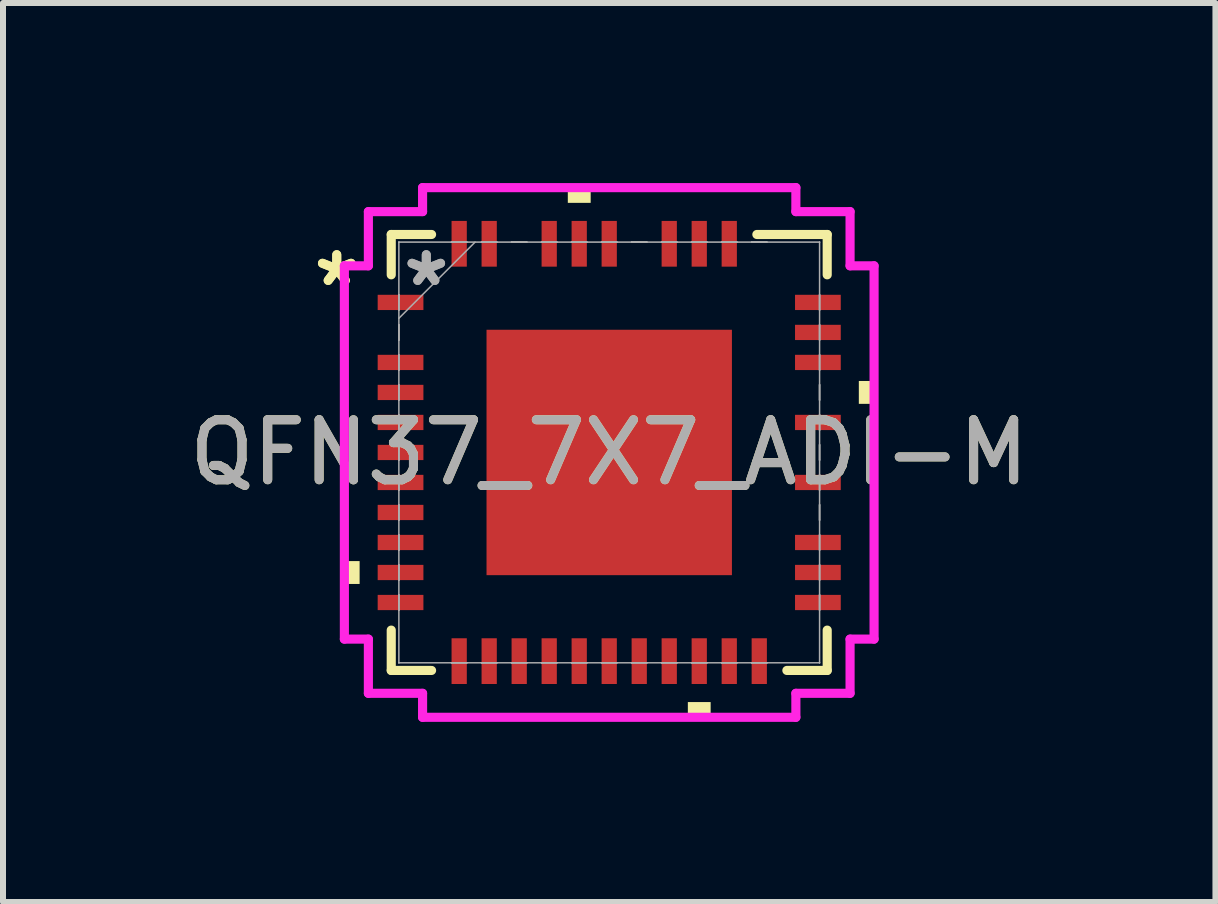
<source format=kicad_pcb>
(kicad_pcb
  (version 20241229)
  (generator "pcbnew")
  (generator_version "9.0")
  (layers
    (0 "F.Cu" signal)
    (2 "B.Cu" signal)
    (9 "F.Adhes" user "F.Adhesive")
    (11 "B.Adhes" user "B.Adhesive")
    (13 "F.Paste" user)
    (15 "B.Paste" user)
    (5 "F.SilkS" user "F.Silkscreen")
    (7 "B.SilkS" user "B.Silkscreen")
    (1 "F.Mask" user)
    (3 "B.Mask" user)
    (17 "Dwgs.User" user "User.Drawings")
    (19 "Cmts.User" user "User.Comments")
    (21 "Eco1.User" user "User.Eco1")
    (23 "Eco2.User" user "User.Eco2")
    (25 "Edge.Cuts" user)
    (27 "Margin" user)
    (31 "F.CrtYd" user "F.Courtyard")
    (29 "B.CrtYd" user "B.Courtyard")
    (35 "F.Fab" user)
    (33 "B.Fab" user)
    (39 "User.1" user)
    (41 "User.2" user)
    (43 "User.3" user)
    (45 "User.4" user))
  (footprint "QFN37_7X7_ADI-M"
    (layer "F.Cu")
    (at 7.101 4.489)
    (property "Reference" "QFN37_7X7_ADI-M" (at 0 0 0) (unlocked yes) (layer "F.SilkS") (effects (font (size 1 1) (thickness 0.15))))
    (attr smd)
    (fp_line (start -3.632 -3.632) (end -3.632 -2.96) (stroke (width 0.152) (type solid)) (layer "F.SilkS"))
    (fp_line (start -3.632 2.96) (end -3.632 3.632) (stroke (width 0.152) (type solid)) (layer "F.SilkS"))
    (fp_line (start -3.632 3.632) (end -2.96 3.632) (stroke (width 0.152) (type solid)) (layer "F.SilkS"))
    (fp_line (start -2.96 -3.632) (end -3.632 -3.632) (stroke (width 0.152) (type solid)) (layer "F.SilkS"))
    (fp_line (start 2.96 3.632) (end 3.632 3.632) (stroke (width 0.152) (type solid)) (layer "F.SilkS"))
    (fp_line (start 3.632 -3.632) (end 2.46 -3.632) (stroke (width 0.152) (type solid)) (layer "F.SilkS"))
    (fp_line (start 3.632 -2.96) (end 3.632 -3.632) (stroke (width 0.152) (type solid)) (layer "F.SilkS"))
    (fp_line (start 3.632 3.632) (end 3.632 2.96) (stroke (width 0.152) (type solid)) (layer "F.SilkS"))
    (fp_poly (pts (xy -4.413 1.81) (xy -4.413 2.191) (xy -4.159 2.191) (xy -4.159 1.81)) (stroke (width 0) (type solid)) (fill yes) (layer "F.SilkS"))
    (fp_poly (pts (xy -0.69 -4.159) (xy -0.69 -4.413) (xy -0.309 -4.413) (xy -0.309 -4.159)) (stroke (width 0) (type solid)) (fill yes) (layer "F.SilkS"))
    (fp_poly (pts (xy 1.31 4.159) (xy 1.31 4.413) (xy 1.69 4.413) (xy 1.69 4.159)) (stroke (width 0) (type solid)) (fill yes) (layer "F.SilkS"))
    (fp_poly (pts (xy 4.413 -1.191) (xy 4.413 -0.81) (xy 4.159 -0.81) (xy 4.159 -1.191)) (stroke (width 0) (type solid)) (fill yes) (layer "F.SilkS"))
    (fp_poly (pts (xy -1.945 -1.945) (xy -1.945 -0.782) (xy -0.782 -0.782) (xy -0.782 -1.945)) (stroke (width 0) (type solid)) (fill yes) (layer "F.Paste"))
    (fp_poly (pts (xy -1.945 -0.582) (xy -1.945 0.582) (xy -0.782 0.582) (xy -0.782 -0.582)) (stroke (width 0) (type solid)) (fill yes) (layer "F.Paste"))
    (fp_poly (pts (xy -1.945 0.782) (xy -1.945 1.945) (xy -0.782 1.945) (xy -0.782 0.782)) (stroke (width 0) (type solid)) (fill yes) (layer "F.Paste"))
    (fp_poly (pts (xy -0.582 -1.945) (xy -0.582 -0.782) (xy 0.582 -0.782) (xy 0.582 -1.945)) (stroke (width 0) (type solid)) (fill yes) (layer "F.Paste"))
    (fp_poly (pts (xy -0.582 -0.582) (xy -0.582 0.582) (xy 0.582 0.582) (xy 0.582 -0.582)) (stroke (width 0) (type solid)) (fill yes) (layer "F.Paste"))
    (fp_poly (pts (xy -0.582 0.782) (xy -0.582 1.945) (xy 0.582 1.945) (xy 0.582 0.782)) (stroke (width 0) (type solid)) (fill yes) (layer "F.Paste"))
    (fp_poly (pts (xy 0.782 -1.945) (xy 0.782 -0.782) (xy 1.945 -0.782) (xy 1.945 -1.945)) (stroke (width 0) (type solid)) (fill yes) (layer "F.Paste"))
    (fp_poly (pts (xy 0.782 -0.582) (xy 0.782 0.582) (xy 1.945 0.582) (xy 1.945 -0.582)) (stroke (width 0) (type solid)) (fill yes) (layer "F.Paste"))
    (fp_poly (pts (xy 0.782 0.782) (xy 0.782 1.945) (xy 1.945 1.945) (xy 1.945 0.782)) (stroke (width 0) (type solid)) (fill yes) (layer "F.Paste"))
    (fp_line (start -4.413 -3.11) (end -4.013 -3.11) (stroke (width 0.152) (type solid)) (layer "F.CrtYd"))
    (fp_line (start -4.413 3.11) (end -4.413 -3.11) (stroke (width 0.152) (type solid)) (layer "F.CrtYd"))
    (fp_line (start -4.013 -4.013) (end -3.11 -4.013) (stroke (width 0.152) (type solid)) (layer "F.CrtYd"))
    (fp_line (start -4.013 -3.11) (end -4.013 -4.013) (stroke (width 0.152) (type solid)) (layer "F.CrtYd"))
    (fp_line (start -4.013 3.11) (end -4.413 3.11) (stroke (width 0.152) (type solid)) (layer "F.CrtYd"))
    (fp_line (start -4.013 4.013) (end -4.013 3.11) (stroke (width 0.152) (type solid)) (layer "F.CrtYd"))
    (fp_line (start -3.11 -4.413) (end 3.11 -4.413) (stroke (width 0.152) (type solid)) (layer "F.CrtYd"))
    (fp_line (start -3.11 -4.013) (end -3.11 -4.413) (stroke (width 0.152) (type solid)) (layer "F.CrtYd"))
    (fp_line (start -3.11 4.013) (end -4.013 4.013) (stroke (width 0.152) (type solid)) (layer "F.CrtYd"))
    (fp_line (start -3.11 4.413) (end -3.11 4.013) (stroke (width 0.152) (type solid)) (layer "F.CrtYd"))
    (fp_line (start 3.11 -4.413) (end 3.11 -4.013) (stroke (width 0.152) (type solid)) (layer "F.CrtYd"))
    (fp_line (start 3.11 -4.013) (end 4.013 -4.013) (stroke (width 0.152) (type solid)) (layer "F.CrtYd"))
    (fp_line (start 3.11 4.013) (end 3.11 4.413) (stroke (width 0.152) (type solid)) (layer "F.CrtYd"))
    (fp_line (start 3.11 4.413) (end -3.11 4.413) (stroke (width 0.152) (type solid)) (layer "F.CrtYd"))
    (fp_line (start 4.013 -4.013) (end 4.013 -3.11) (stroke (width 0.152) (type solid)) (layer "F.CrtYd"))
    (fp_line (start 4.013 -3.11) (end 4.413 -3.11) (stroke (width 0.152) (type solid)) (layer "F.CrtYd"))
    (fp_line (start 4.013 3.11) (end 4.013 4.013) (stroke (width 0.152) (type solid)) (layer "F.CrtYd"))
    (fp_line (start 4.013 4.013) (end 3.11 4.013) (stroke (width 0.152) (type solid)) (layer "F.CrtYd"))
    (fp_line (start 4.413 -3.11) (end 4.413 3.11) (stroke (width 0.152) (type solid)) (layer "F.CrtYd"))
    (fp_line (start 4.413 3.11) (end 4.013 3.11) (stroke (width 0.152) (type solid)) (layer "F.CrtYd"))
    (fp_line (start -3.505 -3.505) (end -3.505 -3.505) (stroke (width 0.025) (type solid)) (layer "F.Fab"))
    (fp_line (start -3.505 -3.505) (end -3.505 3.505) (stroke (width 0.025) (type solid)) (layer "F.Fab"))
    (fp_line (start -3.505 -2.627) (end -3.505 -2.627) (stroke (width 0.025) (type solid)) (layer "F.Fab"))
    (fp_line (start -3.505 -2.627) (end -3.505 -2.373) (stroke (width 0.025) (type solid)) (layer "F.Fab"))
    (fp_line (start -3.505 -2.373) (end -3.505 -2.627) (stroke (width 0.025) (type solid)) (layer "F.Fab"))
    (fp_line (start -3.505 -2.373) (end -3.505 -2.373) (stroke (width 0.025) (type solid)) (layer "F.Fab"))
    (fp_line (start -3.505 -2.235) (end -2.235 -3.505) (stroke (width 0.025) (type solid)) (layer "F.Fab"))
    (fp_line (start -3.505 -2.127) (end -3.505 -2.127) (stroke (width 0.025) (type solid)) (layer "F.Fab"))
    (fp_line (start -3.505 -2.127) (end -3.505 -1.873) (stroke (width 0.025) (type solid)) (layer "F.Fab"))
    (fp_line (start -3.505 -1.873) (end -3.505 -2.127) (stroke (width 0.025) (type solid)) (layer "F.Fab"))
    (fp_line (start -3.505 -1.873) (end -3.505 -1.873) (stroke (width 0.025) (type solid)) (layer "F.Fab"))
    (fp_line (start -3.505 -1.627) (end -3.505 -1.627) (stroke (width 0.025) (type solid)) (layer "F.Fab"))
    (fp_line (start -3.505 -1.627) (end -3.505 -1.373) (stroke (width 0.025) (type solid)) (layer "F.Fab"))
    (fp_line (start -3.505 -1.373) (end -3.505 -1.627) (stroke (width 0.025) (type solid)) (layer "F.Fab"))
    (fp_line (start -3.505 -1.373) (end -3.505 -1.373) (stroke (width 0.025) (type solid)) (layer "F.Fab"))
    (fp_line (start -3.505 -1.127) (end -3.505 -1.127) (stroke (width 0.025) (type solid)) (layer "F.Fab"))
    (fp_line (start -3.505 -1.127) (end -3.505 -0.873) (stroke (width 0.025) (type solid)) (layer "F.Fab"))
    (fp_line (start -3.505 -0.873) (end -3.505 -1.127) (stroke (width 0.025) (type solid)) (layer "F.Fab"))
    (fp_line (start -3.505 -0.873) (end -3.505 -0.873) (stroke (width 0.025) (type solid)) (layer "F.Fab"))
    (fp_line (start -3.505 -0.627) (end -3.505 -0.627) (stroke (width 0.025) (type solid)) (layer "F.Fab"))
    (fp_line (start -3.505 -0.627) (end -3.505 -0.373) (stroke (width 0.025) (type solid)) (layer "F.Fab"))
    (fp_line (start -3.505 -0.373) (end -3.505 -0.627) (stroke (width 0.025) (type solid)) (layer "F.Fab"))
    (fp_line (start -3.505 -0.373) (end -3.505 -0.373) (stroke (width 0.025) (type solid)) (layer "F.Fab"))
    (fp_line (start -3.505 -0.127) (end -3.505 -0.127) (stroke (width 0.025) (type solid)) (layer "F.Fab"))
    (fp_line (start -3.505 -0.127) (end -3.505 0.127) (stroke (width 0.025) (type solid)) (layer "F.Fab"))
    (fp_line (start -3.505 0.127) (end -3.505 -0.127) (stroke (width 0.025) (type solid)) (layer "F.Fab"))
    (fp_line (start -3.505 0.127) (end -3.505 0.127) (stroke (width 0.025) (type solid)) (layer "F.Fab"))
    (fp_line (start -3.505 0.373) (end -3.505 0.373) (stroke (width 0.025) (type solid)) (layer "F.Fab"))
    (fp_line (start -3.505 0.373) (end -3.505 0.627) (stroke (width 0.025) (type solid)) (layer "F.Fab"))
    (fp_line (start -3.505 0.627) (end -3.505 0.373) (stroke (width 0.025) (type solid)) (layer "F.Fab"))
    (fp_line (start -3.505 0.627) (end -3.505 0.627) (stroke (width 0.025) (type solid)) (layer "F.Fab"))
    (fp_line (start -3.505 0.873) (end -3.505 0.873) (stroke (width 0.025) (type solid)) (layer "F.Fab"))
    (fp_line (start -3.505 0.873) (end -3.505 1.127) (stroke (width 0.025) (type solid)) (layer "F.Fab"))
    (fp_line (start -3.505 1.127) (end -3.505 0.873) (stroke (width 0.025) (type solid)) (layer "F.Fab"))
    (fp_line (start -3.505 1.127) (end -3.505 1.127) (stroke (width 0.025) (type solid)) (layer "F.Fab"))
    (fp_line (start -3.505 1.373) (end -3.505 1.373) (stroke (width 0.025) (type solid)) (layer "F.Fab"))
    (fp_line (start -3.505 1.373) (end -3.505 1.627) (stroke (width 0.025) (type solid)) (layer "F.Fab"))
    (fp_line (start -3.505 1.627) (end -3.505 1.373) (stroke (width 0.025) (type solid)) (layer "F.Fab"))
    (fp_line (start -3.505 1.627) (end -3.505 1.627) (stroke (width 0.025) (type solid)) (layer "F.Fab"))
    (fp_line (start -3.505 1.873) (end -3.505 1.873) (stroke (width 0.025) (type solid)) (layer "F.Fab"))
    (fp_line (start -3.505 1.873) (end -3.505 2.127) (stroke (width 0.025) (type solid)) (layer "F.Fab"))
    (fp_line (start -3.505 2.127) (end -3.505 1.873) (stroke (width 0.025) (type solid)) (layer "F.Fab"))
    (fp_line (start -3.505 2.127) (end -3.505 2.127) (stroke (width 0.025) (type solid)) (layer "F.Fab"))
    (fp_line (start -3.505 2.373) (end -3.505 2.373) (stroke (width 0.025) (type solid)) (layer "F.Fab"))
    (fp_line (start -3.505 2.373) (end -3.505 2.627) (stroke (width 0.025) (type solid)) (layer "F.Fab"))
    (fp_line (start -3.505 2.627) (end -3.505 2.373) (stroke (width 0.025) (type solid)) (layer "F.Fab"))
    (fp_line (start -3.505 2.627) (end -3.505 2.627) (stroke (width 0.025) (type solid)) (layer "F.Fab"))
    (fp_line (start -3.505 3.505) (end -3.505 3.505) (stroke (width 0.025) (type solid)) (layer "F.Fab"))
    (fp_line (start -3.505 3.505) (end 3.505 3.505) (stroke (width 0.025) (type solid)) (layer "F.Fab"))
    (fp_line (start -2.627 -3.505) (end -2.627 -3.505) (stroke (width 0.025) (type solid)) (layer "F.Fab"))
    (fp_line (start -2.627 -3.505) (end -2.373 -3.505) (stroke (width 0.025) (type solid)) (layer "F.Fab"))
    (fp_line (start -2.627 3.505) (end -2.627 3.505) (stroke (width 0.025) (type solid)) (layer "F.Fab"))
    (fp_line (start -2.627 3.505) (end -2.373 3.505) (stroke (width 0.025) (type solid)) (layer "F.Fab"))
    (fp_line (start -2.373 -3.505) (end -2.627 -3.505) (stroke (width 0.025) (type solid)) (layer "F.Fab"))
    (fp_line (start -2.373 -3.505) (end -2.373 -3.505) (stroke (width 0.025) (type solid)) (layer "F.Fab"))
    (fp_line (start -2.373 3.505) (end -2.627 3.505) (stroke (width 0.025) (type solid)) (layer "F.Fab"))
    (fp_line (start -2.373 3.505) (end -2.373 3.505) (stroke (width 0.025) (type solid)) (layer "F.Fab"))
    (fp_line (start -2.127 -3.505) (end -2.127 -3.505) (stroke (width 0.025) (type solid)) (layer "F.Fab"))
    (fp_line (start -2.127 -3.505) (end -1.873 -3.505) (stroke (width 0.025) (type solid)) (layer "F.Fab"))
    (fp_line (start -2.127 3.505) (end -2.127 3.505) (stroke (width 0.025) (type solid)) (layer "F.Fab"))
    (fp_line (start -2.127 3.505) (end -1.873 3.505) (stroke (width 0.025) (type solid)) (layer "F.Fab"))
    (fp_line (start -1.873 -3.505) (end -2.127 -3.505) (stroke (width 0.025) (type solid)) (layer "F.Fab"))
    (fp_line (start -1.873 -3.505) (end -1.873 -3.505) (stroke (width 0.025) (type solid)) (layer "F.Fab"))
    (fp_line (start -1.873 3.505) (end -2.127 3.505) (stroke (width 0.025) (type solid)) (layer "F.Fab"))
    (fp_line (start -1.873 3.505) (end -1.873 3.505) (stroke (width 0.025) (type solid)) (layer "F.Fab"))
    (fp_line (start -1.627 -3.505) (end -1.627 -3.505) (stroke (width 0.025) (type solid)) (layer "F.Fab"))
    (fp_line (start -1.627 -3.505) (end -1.373 -3.505) (stroke (width 0.025) (type solid)) (layer "F.Fab"))
    (fp_line (start -1.627 3.505) (end -1.627 3.505) (stroke (width 0.025) (type solid)) (layer "F.Fab"))
    (fp_line (start -1.627 3.505) (end -1.373 3.505) (stroke (width 0.025) (type solid)) (layer "F.Fab"))
    (fp_line (start -1.373 -3.505) (end -1.627 -3.505) (stroke (width 0.025) (type solid)) (layer "F.Fab"))
    (fp_line (start -1.373 -3.505) (end -1.373 -3.505) (stroke (width 0.025) (type solid)) (layer "F.Fab"))
    (fp_line (start -1.373 3.505) (end -1.627 3.505) (stroke (width 0.025) (type solid)) (layer "F.Fab"))
    (fp_line (start -1.373 3.505) (end -1.373 3.505) (stroke (width 0.025) (type solid)) (layer "F.Fab"))
    (fp_line (start -1.127 -3.505) (end -1.127 -3.505) (stroke (width 0.025) (type solid)) (layer "F.Fab"))
    (fp_line (start -1.127 -3.505) (end -0.873 -3.505) (stroke (width 0.025) (type solid)) (layer "F.Fab"))
    (fp_line (start -1.127 3.505) (end -1.127 3.505) (stroke (width 0.025) (type solid)) (layer "F.Fab"))
    (fp_line (start -1.127 3.505) (end -0.873 3.505) (stroke (width 0.025) (type solid)) (layer "F.Fab"))
    (fp_line (start -0.873 -3.505) (end -1.127 -3.505) (stroke (width 0.025) (type solid)) (layer "F.Fab"))
    (fp_line (start -0.873 -3.505) (end -0.873 -3.505) (stroke (width 0.025) (type solid)) (layer "F.Fab"))
    (fp_line (start -0.873 3.505) (end -1.127 3.505) (stroke (width 0.025) (type solid)) (layer "F.Fab"))
    (fp_line (start -0.873 3.505) (end -0.873 3.505) (stroke (width 0.025) (type solid)) (layer "F.Fab"))
    (fp_line (start -0.627 -3.505) (end -0.627 -3.505) (stroke (width 0.025) (type solid)) (layer "F.Fab"))
    (fp_line (start -0.627 -3.505) (end -0.373 -3.505) (stroke (width 0.025) (type solid)) (layer "F.Fab"))
    (fp_line (start -0.627 3.505) (end -0.627 3.505) (stroke (width 0.025) (type solid)) (layer "F.Fab"))
    (fp_line (start -0.627 3.505) (end -0.373 3.505) (stroke (width 0.025) (type solid)) (layer "F.Fab"))
    (fp_line (start -0.373 -3.505) (end -0.627 -3.505) (stroke (width 0.025) (type solid)) (layer "F.Fab"))
    (fp_line (start -0.373 -3.505) (end -0.373 -3.505) (stroke (width 0.025) (type solid)) (layer "F.Fab"))
    (fp_line (start -0.373 3.505) (end -0.627 3.505) (stroke (width 0.025) (type solid)) (layer "F.Fab"))
    (fp_line (start -0.373 3.505) (end -0.373 3.505) (stroke (width 0.025) (type solid)) (layer "F.Fab"))
    (fp_line (start -0.127 -3.505) (end -0.127 -3.505) (stroke (width 0.025) (type solid)) (layer "F.Fab"))
    (fp_line (start -0.127 -3.505) (end 0.127 -3.505) (stroke (width 0.025) (type solid)) (layer "F.Fab"))
    (fp_line (start -0.127 3.505) (end -0.127 3.505) (stroke (width 0.025) (type solid)) (layer "F.Fab"))
    (fp_line (start -0.127 3.505) (end 0.127 3.505) (stroke (width 0.025) (type solid)) (layer "F.Fab"))
    (fp_line (start 0.127 -3.505) (end -0.127 -3.505) (stroke (width 0.025) (type solid)) (layer "F.Fab"))
    (fp_line (start 0.127 -3.505) (end 0.127 -3.505) (stroke (width 0.025) (type solid)) (layer "F.Fab"))
    (fp_line (start 0.127 3.505) (end -0.127 3.505) (stroke (width 0.025) (type solid)) (layer "F.Fab"))
    (fp_line (start 0.127 3.505) (end 0.127 3.505) (stroke (width 0.025) (type solid)) (layer "F.Fab"))
    (fp_line (start 0.373 -3.505) (end 0.373 -3.505) (stroke (width 0.025) (type solid)) (layer "F.Fab"))
    (fp_line (start 0.373 -3.505) (end 0.627 -3.505) (stroke (width 0.025) (type solid)) (layer "F.Fab"))
    (fp_line (start 0.373 3.505) (end 0.373 3.505) (stroke (width 0.025) (type solid)) (layer "F.Fab"))
    (fp_line (start 0.373 3.505) (end 0.627 3.505) (stroke (width 0.025) (type solid)) (layer "F.Fab"))
    (fp_line (start 0.627 -3.505) (end 0.373 -3.505) (stroke (width 0.025) (type solid)) (layer "F.Fab"))
    (fp_line (start 0.627 -3.505) (end 0.627 -3.505) (stroke (width 0.025) (type solid)) (layer "F.Fab"))
    (fp_line (start 0.627 3.505) (end 0.373 3.505) (stroke (width 0.025) (type solid)) (layer "F.Fab"))
    (fp_line (start 0.627 3.505) (end 0.627 3.505) (stroke (width 0.025) (type solid)) (layer "F.Fab"))
    (fp_line (start 0.873 -3.505) (end 0.873 -3.505) (stroke (width 0.025) (type solid)) (layer "F.Fab"))
    (fp_line (start 0.873 -3.505) (end 1.127 -3.505) (stroke (width 0.025) (type solid)) (layer "F.Fab"))
    (fp_line (start 0.873 3.505) (end 0.873 3.505) (stroke (width 0.025) (type solid)) (layer "F.Fab"))
    (fp_line (start 0.873 3.505) (end 1.127 3.505) (stroke (width 0.025) (type solid)) (layer "F.Fab"))
    (fp_line (start 1.127 -3.505) (end 0.873 -3.505) (stroke (width 0.025) (type solid)) (layer "F.Fab"))
    (fp_line (start 1.127 -3.505) (end 1.127 -3.505) (stroke (width 0.025) (type solid)) (layer "F.Fab"))
    (fp_line (start 1.127 3.505) (end 0.873 3.505) (stroke (width 0.025) (type solid)) (layer "F.Fab"))
    (fp_line (start 1.127 3.505) (end 1.127 3.505) (stroke (width 0.025) (type solid)) (layer "F.Fab"))
    (fp_line (start 1.373 -3.505) (end 1.373 -3.505) (stroke (width 0.025) (type solid)) (layer "F.Fab"))
    (fp_line (start 1.373 -3.505) (end 1.627 -3.505) (stroke (width 0.025) (type solid)) (layer "F.Fab"))
    (fp_line (start 1.373 3.505) (end 1.373 3.505) (stroke (width 0.025) (type solid)) (layer "F.Fab"))
    (fp_line (start 1.373 3.505) (end 1.627 3.505) (stroke (width 0.025) (type solid)) (layer "F.Fab"))
    (fp_line (start 1.627 -3.505) (end 1.373 -3.505) (stroke (width 0.025) (type solid)) (layer "F.Fab"))
    (fp_line (start 1.627 -3.505) (end 1.627 -3.505) (stroke (width 0.025) (type solid)) (layer "F.Fab"))
    (fp_line (start 1.627 3.505) (end 1.373 3.505) (stroke (width 0.025) (type solid)) (layer "F.Fab"))
    (fp_line (start 1.627 3.505) (end 1.627 3.505) (stroke (width 0.025) (type solid)) (layer "F.Fab"))
    (fp_line (start 1.873 -3.505) (end 1.873 -3.505) (stroke (width 0.025) (type solid)) (layer "F.Fab"))
    (fp_line (start 1.873 -3.505) (end 2.127 -3.505) (stroke (width 0.025) (type solid)) (layer "F.Fab"))
    (fp_line (start 1.873 3.505) (end 1.873 3.505) (stroke (width 0.025) (type solid)) (layer "F.Fab"))
    (fp_line (start 1.873 3.505) (end 2.127 3.505) (stroke (width 0.025) (type solid)) (layer "F.Fab"))
    (fp_line (start 2.127 -3.505) (end 1.873 -3.505) (stroke (width 0.025) (type solid)) (layer "F.Fab"))
    (fp_line (start 2.127 -3.505) (end 2.127 -3.505) (stroke (width 0.025) (type solid)) (layer "F.Fab"))
    (fp_line (start 2.127 3.505) (end 1.873 3.505) (stroke (width 0.025) (type solid)) (layer "F.Fab"))
    (fp_line (start 2.127 3.505) (end 2.127 3.505) (stroke (width 0.025) (type solid)) (layer "F.Fab"))
    (fp_line (start 2.373 -3.505) (end 2.373 -3.505) (stroke (width 0.025) (type solid)) (layer "F.Fab"))
    (fp_line (start 2.373 -3.505) (end 2.627 -3.505) (stroke (width 0.025) (type solid)) (layer "F.Fab"))
    (fp_line (start 2.373 3.505) (end 2.373 3.505) (stroke (width 0.025) (type solid)) (layer "F.Fab"))
    (fp_line (start 2.373 3.505) (end 2.627 3.505) (stroke (width 0.025) (type solid)) (layer "F.Fab"))
    (fp_line (start 2.627 -3.505) (end 2.373 -3.505) (stroke (width 0.025) (type solid)) (layer "F.Fab"))
    (fp_line (start 2.627 -3.505) (end 2.627 -3.505) (stroke (width 0.025) (type solid)) (layer "F.Fab"))
    (fp_line (start 2.627 3.505) (end 2.373 3.505) (stroke (width 0.025) (type solid)) (layer "F.Fab"))
    (fp_line (start 2.627 3.505) (end 2.627 3.505) (stroke (width 0.025) (type solid)) (layer "F.Fab"))
    (fp_line (start 3.505 -3.505) (end -3.505 -3.505) (stroke (width 0.025) (type solid)) (layer "F.Fab"))
    (fp_line (start 3.505 -3.505) (end 3.505 -3.505) (stroke (width 0.025) (type solid)) (layer "F.Fab"))
    (fp_line (start 3.505 -2.627) (end 3.505 -2.627) (stroke (width 0.025) (type solid)) (layer "F.Fab"))
    (fp_line (start 3.505 -2.627) (end 3.505 -2.373) (stroke (width 0.025) (type solid)) (layer "F.Fab"))
    (fp_line (start 3.505 -2.373) (end 3.505 -2.627) (stroke (width 0.025) (type solid)) (layer "F.Fab"))
    (fp_line (start 3.505 -2.373) (end 3.505 -2.373) (stroke (width 0.025) (type solid)) (layer "F.Fab"))
    (fp_line (start 3.505 -2.127) (end 3.505 -2.127) (stroke (width 0.025) (type solid)) (layer "F.Fab"))
    (fp_line (start 3.505 -2.127) (end 3.505 -1.873) (stroke (width 0.025) (type solid)) (layer "F.Fab"))
    (fp_line (start 3.505 -1.873) (end 3.505 -2.127) (stroke (width 0.025) (type solid)) (layer "F.Fab"))
    (fp_line (start 3.505 -1.873) (end 3.505 -1.873) (stroke (width 0.025) (type solid)) (layer "F.Fab"))
    (fp_line (start 3.505 -1.627) (end 3.505 -1.627) (stroke (width 0.025) (type solid)) (layer "F.Fab"))
    (fp_line (start 3.505 -1.627) (end 3.505 -1.373) (stroke (width 0.025) (type solid)) (layer "F.Fab"))
    (fp_line (start 3.505 -1.373) (end 3.505 -1.627) (stroke (width 0.025) (type solid)) (layer "F.Fab"))
    (fp_line (start 3.505 -1.373) (end 3.505 -1.373) (stroke (width 0.025) (type solid)) (layer "F.Fab"))
    (fp_line (start 3.505 -1.127) (end 3.505 -1.127) (stroke (width 0.025) (type solid)) (layer "F.Fab"))
    (fp_line (start 3.505 -1.127) (end 3.505 -0.873) (stroke (width 0.025) (type solid)) (layer "F.Fab"))
    (fp_line (start 3.505 -0.873) (end 3.505 -1.127) (stroke (width 0.025) (type solid)) (layer "F.Fab"))
    (fp_line (start 3.505 -0.873) (end 3.505 -0.873) (stroke (width 0.025) (type solid)) (layer "F.Fab"))
    (fp_line (start 3.505 -0.627) (end 3.505 -0.627) (stroke (width 0.025) (type solid)) (layer "F.Fab"))
    (fp_line (start 3.505 -0.627) (end 3.505 -0.373) (stroke (width 0.025) (type solid)) (layer "F.Fab"))
    (fp_line (start 3.505 -0.373) (end 3.505 -0.627) (stroke (width 0.025) (type solid)) (layer "F.Fab"))
    (fp_line (start 3.505 -0.373) (end 3.505 -0.373) (stroke (width 0.025) (type solid)) (layer "F.Fab"))
    (fp_line (start 3.505 -0.127) (end 3.505 -0.127) (stroke (width 0.025) (type solid)) (layer "F.Fab"))
    (fp_line (start 3.505 -0.127) (end 3.505 0.127) (stroke (width 0.025) (type solid)) (layer "F.Fab"))
    (fp_line (start 3.505 0.127) (end 3.505 -0.127) (stroke (width 0.025) (type solid)) (layer "F.Fab"))
    (fp_line (start 3.505 0.127) (end 3.505 0.127) (stroke (width 0.025) (type solid)) (layer "F.Fab"))
    (fp_line (start 3.505 0.373) (end 3.505 0.373) (stroke (width 0.025) (type solid)) (layer "F.Fab"))
    (fp_line (start 3.505 0.373) (end 3.505 0.627) (stroke (width 0.025) (type solid)) (layer "F.Fab"))
    (fp_line (start 3.505 0.627) (end 3.505 0.373) (stroke (width 0.025) (type solid)) (layer "F.Fab"))
    (fp_line (start 3.505 0.627) (end 3.505 0.627) (stroke (width 0.025) (type solid)) (layer "F.Fab"))
    (fp_line (start 3.505 0.873) (end 3.505 0.873) (stroke (width 0.025) (type solid)) (layer "F.Fab"))
    (fp_line (start 3.505 0.873) (end 3.505 1.127) (stroke (width 0.025) (type solid)) (layer "F.Fab"))
    (fp_line (start 3.505 1.127) (end 3.505 0.873) (stroke (width 0.025) (type solid)) (layer "F.Fab"))
    (fp_line (start 3.505 1.127) (end 3.505 1.127) (stroke (width 0.025) (type solid)) (layer "F.Fab"))
    (fp_line (start 3.505 1.373) (end 3.505 1.373) (stroke (width 0.025) (type solid)) (layer "F.Fab"))
    (fp_line (start 3.505 1.373) (end 3.505 1.627) (stroke (width 0.025) (type solid)) (layer "F.Fab"))
    (fp_line (start 3.505 1.627) (end 3.505 1.373) (stroke (width 0.025) (type solid)) (layer "F.Fab"))
    (fp_line (start 3.505 1.627) (end 3.505 1.627) (stroke (width 0.025) (type solid)) (layer "F.Fab"))
    (fp_line (start 3.505 1.873) (end 3.505 1.873) (stroke (width 0.025) (type solid)) (layer "F.Fab"))
    (fp_line (start 3.505 1.873) (end 3.505 2.127) (stroke (width 0.025) (type solid)) (layer "F.Fab"))
    (fp_line (start 3.505 2.127) (end 3.505 1.873) (stroke (width 0.025) (type solid)) (layer "F.Fab"))
    (fp_line (start 3.505 2.127) (end 3.505 2.127) (stroke (width 0.025) (type solid)) (layer "F.Fab"))
    (fp_line (start 3.505 2.373) (end 3.505 2.373) (stroke (width 0.025) (type solid)) (layer "F.Fab"))
    (fp_line (start 3.505 2.373) (end 3.505 2.627) (stroke (width 0.025) (type solid)) (layer "F.Fab"))
    (fp_line (start 3.505 2.627) (end 3.505 2.373) (stroke (width 0.025) (type solid)) (layer "F.Fab"))
    (fp_line (start 3.505 2.627) (end 3.505 2.627) (stroke (width 0.025) (type solid)) (layer "F.Fab"))
    (fp_line (start 3.505 3.505) (end 3.505 -3.505) (stroke (width 0.025) (type solid)) (layer "F.Fab"))
    (fp_line (start 3.505 3.505) (end 3.505 3.505) (stroke (width 0.025) (type solid)) (layer "F.Fab"))
    (fp_text user "*" (at -4.54 -2.75 0) (layer "F.SilkS") (effects (font (size 1 1) (thickness 0.15))))
    (fp_text user "*" (at -4.54 -2.75 0) (unlocked yes) (layer "F.SilkS") (effects (font (size 1 1) (thickness 0.15))))
    (fp_text user "*" (at -3.048 -2.75 0) (unlocked yes) (layer "F.Fab") (effects (font (size 1 1) (thickness 0.15))))
    (fp_text user "*" (at -3.048 -2.75 0) (layer "F.Fab") (effects (font (size 1 1) (thickness 0.15))))
    (fp_text user "${REFERENCE}" (at 0 0 0) (unlocked yes) (layer "F.Fab") (effects (font (size 1 1) (thickness 0.15))))
    (pad "1" smd rect (at -3.477 -2.5 90) (size 0.254 0.762) (layers "F.Cu" "F.Mask" "F.Paste"))
    (pad "2" smd rect (at -3.477 -1.5 90) (size 0.254 0.762) (layers "F.Cu" "F.Mask" "F.Paste"))
    (pad "3" smd rect (at -3.477 -1 90) (size 0.254 0.762) (layers "F.Cu" "F.Mask" "F.Paste"))
    (pad "4" smd rect (at -3.477 -0.5 90) (size 0.254 0.762) (layers "F.Cu" "F.Mask" "F.Paste"))
    (pad "5" smd rect (at -3.477 0 90) (size 0.254 0.762) (layers "F.Cu" "F.Mask" "F.Paste"))
    (pad "6" smd rect (at -3.477 0.5 90) (size 0.254 0.762) (layers "F.Cu" "F.Mask" "F.Paste"))
    (pad "7" smd rect (at -3.477 1 90) (size 0.254 0.762) (layers "F.Cu" "F.Mask" "F.Paste"))
    (pad "8" smd rect (at -3.477 1.5 90) (size 0.254 0.762) (layers "F.Cu" "F.Mask" "F.Paste"))
    (pad "9" smd rect (at -3.477 2 90) (size 0.254 0.762) (layers "F.Cu" "F.Mask" "F.Paste"))
    (pad "10" smd rect (at -3.477 2.5 90) (size 0.254 0.762) (layers "F.Cu" "F.Mask" "F.Paste"))
    (pad "11" smd rect (at -2.5 3.477) (size 0.254 0.762) (layers "F.Cu" "F.Mask" "F.Paste"))
    (pad "12" smd rect (at -2 3.477) (size 0.254 0.762) (layers "F.Cu" "F.Mask" "F.Paste"))
    (pad "13" smd rect (at -1.5 3.477) (size 0.254 0.762) (layers "F.Cu" "F.Mask" "F.Paste"))
    (pad "14" smd rect (at -1 3.477) (size 0.254 0.762) (layers "F.Cu" "F.Mask" "F.Paste"))
    (pad "15" smd rect (at -0.5 3.477) (size 0.254 0.762) (layers "F.Cu" "F.Mask" "F.Paste"))
    (pad "16" smd rect (at 0 3.477) (size 0.254 0.762) (layers "F.Cu" "F.Mask" "F.Paste"))
    (pad "17" smd rect (at 0.5 3.477) (size 0.254 0.762) (layers "F.Cu" "F.Mask" "F.Paste"))
    (pad "18" smd rect (at 1 3.477) (size 0.254 0.762) (layers "F.Cu" "F.Mask" "F.Paste"))
    (pad "19" smd rect (at 1.5 3.477) (size 0.254 0.762) (layers "F.Cu" "F.Mask" "F.Paste"))
    (pad "20" smd rect (at 2 3.477) (size 0.254 0.762) (layers "F.Cu" "F.Mask" "F.Paste"))
    (pad "21" smd rect (at 2.5 3.477) (size 0.254 0.762) (layers "F.Cu" "F.Mask" "F.Paste"))
    (pad "22" smd rect (at 3.477 2.5 90) (size 0.254 0.762) (layers "F.Cu" "F.Mask" "F.Paste"))
    (pad "23" smd rect (at 3.477 2 90) (size 0.254 0.762) (layers "F.Cu" "F.Mask" "F.Paste"))
    (pad "24" smd rect (at 3.477 1.5 90) (size 0.254 0.762) (layers "F.Cu" "F.Mask" "F.Paste"))
    (pad "25" smd rect (at 3.477 0.5 90) (size 0.254 0.762) (layers "F.Cu" "F.Mask" "F.Paste"))
    (pad "26" smd rect (at 3.477 -0.5 90) (size 0.254 0.762) (layers "F.Cu" "F.Mask" "F.Paste"))
    (pad "27" smd rect (at 3.477 -1.5 90) (size 0.254 0.762) (layers "F.Cu" "F.Mask" "F.Paste"))
    (pad "28" smd rect (at 3.477 -2 90) (size 0.254 0.762) (layers "F.Cu" "F.Mask" "F.Paste"))
    (pad "29" smd rect (at 3.477 -2.5 90) (size 0.254 0.762) (layers "F.Cu" "F.Mask" "F.Paste"))
    (pad "30" smd rect (at 2 -3.477) (size 0.254 0.762) (layers "F.Cu" "F.Mask" "F.Paste"))
    (pad "31" smd rect (at 1.5 -3.477) (size 0.254 0.762) (layers "F.Cu" "F.Mask" "F.Paste"))
    (pad "32" smd rect (at 1 -3.477) (size 0.254 0.762) (layers "F.Cu" "F.Mask" "F.Paste"))
    (pad "33" smd rect (at 0 -3.477) (size 0.254 0.762) (layers "F.Cu" "F.Mask" "F.Paste"))
    (pad "34" smd rect (at -0.5 -3.477) (size 0.254 0.762) (layers "F.Cu" "F.Mask" "F.Paste"))
    (pad "35" smd rect (at -1 -3.477) (size 0.254 0.762) (layers "F.Cu" "F.Mask" "F.Paste"))
    (pad "36" smd rect (at -2 -3.477) (size 0.254 0.762) (layers "F.Cu" "F.Mask" "F.Paste"))
    (pad "37" smd rect (at -2.5 -3.477) (size 0.254 0.762) (layers "F.Cu" "F.Mask" "F.Paste"))
    (pad "38" smd rect (at 0 0) (size 4.089 4.089) (layers "F.Cu" "F.Mask" "F.Paste")))
  (gr_rect
    (start -3 -3)
    (end 17.202 11.979)
    (stroke (width 0.1) (type default))
    (fill no)
    (layer "Edge.Cuts")))
</source>
